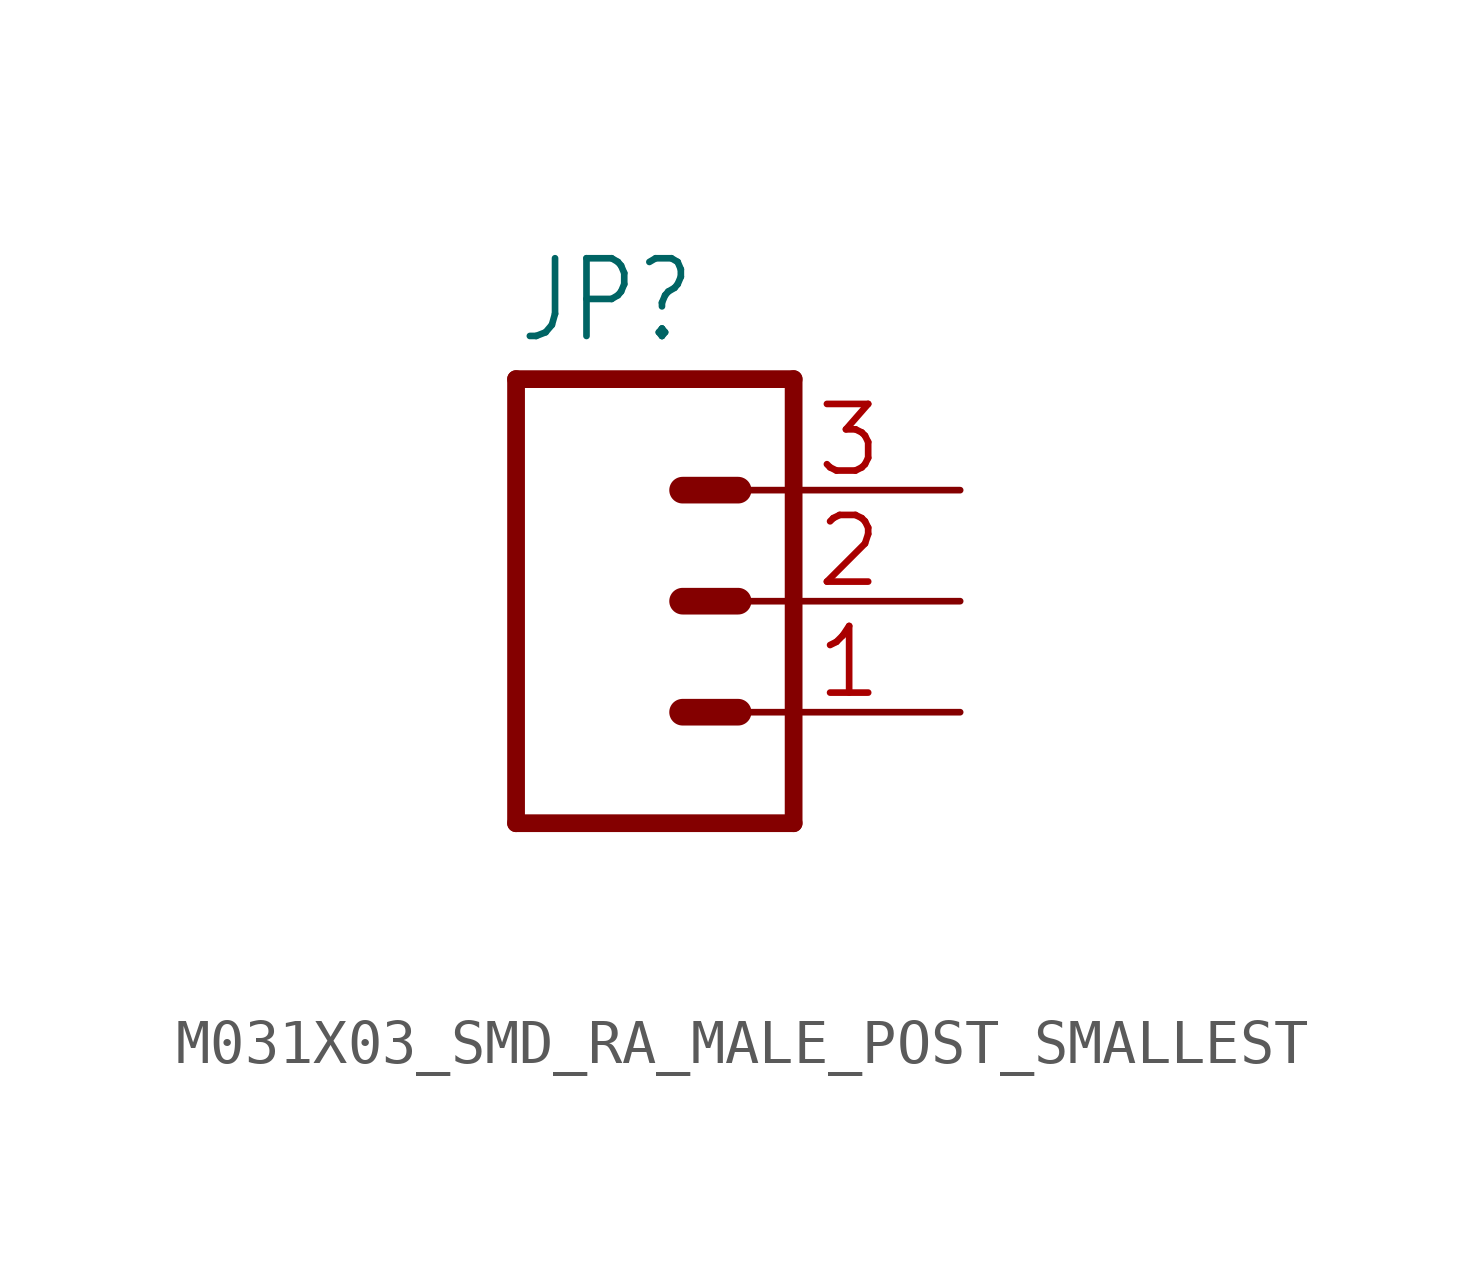
<source format=kicad_sym>
(kicad_symbol_lib
  (version 20241209)
  (generator "kicad_symbol_editor")
  (generator_version "9.0")
  (symbol "M031X03_SMD_RA_MALE_POST_SMALLEST"
    (property "Reference" "JP"
      (at -2.54 5.842 0)
      (effects (font (size 1.778 1.511)) (justify left bottom)))
    (property "Value" ""
      (at -2.54 -7.62 0)
      (effects (font (size 1.778 1.511)) (justify left bottom)))
    (property "ki_locked" ""
      (at 0 0 0)
      (effects (font (size 1.27 1.27))))
    (symbol "M031X03_SMD_RA_MALE_POST_SMALLEST_1_0"
      (polyline (pts (xy -2.54 5.08) (xy -2.54 -5.08)) (stroke (width 0.406) (type solid)) (fill (type none)))
      (polyline (pts (xy -2.54 5.08) (xy 3.81 5.08)) (stroke (width 0.406) (type solid)) (fill (type none)))
      (polyline (pts (xy 1.27 2.54) (xy 2.54 2.54)) (stroke (width 0.61) (type solid)) (fill (type none)))
      (polyline (pts (xy 1.27 0) (xy 2.54 0)) (stroke (width 0.61) (type solid)) (fill (type none)))
      (polyline (pts (xy 1.27 -2.54) (xy 2.54 -2.54)) (stroke (width 0.61) (type solid)) (fill (type none)))
      (polyline (pts (xy 3.81 -5.08) (xy -2.54 -5.08)) (stroke (width 0.406) (type solid)) (fill (type none)))
      (polyline (pts (xy 3.81 -5.08) (xy 3.81 5.08)) (stroke (width 0.406) (type solid)) (fill (type none)))
      (pin passive line (at 7.62 2.54 180) (length 5.08) (name "3" (effects (font (size 0 0)))) (number "3" (effects (font (size 1.524 1.524)))))
      (pin passive line (at 7.62 0 180) (length 5.08) (name "2" (effects (font (size 0 0)))) (number "2" (effects (font (size 1.524 1.524)))))
      (pin passive line (at 7.62 -2.54 180) (length 5.08) (name "1" (effects (font (size 0 0)))) (number "1" (effects (font (size 1.524 1.524))))))))
</source>
